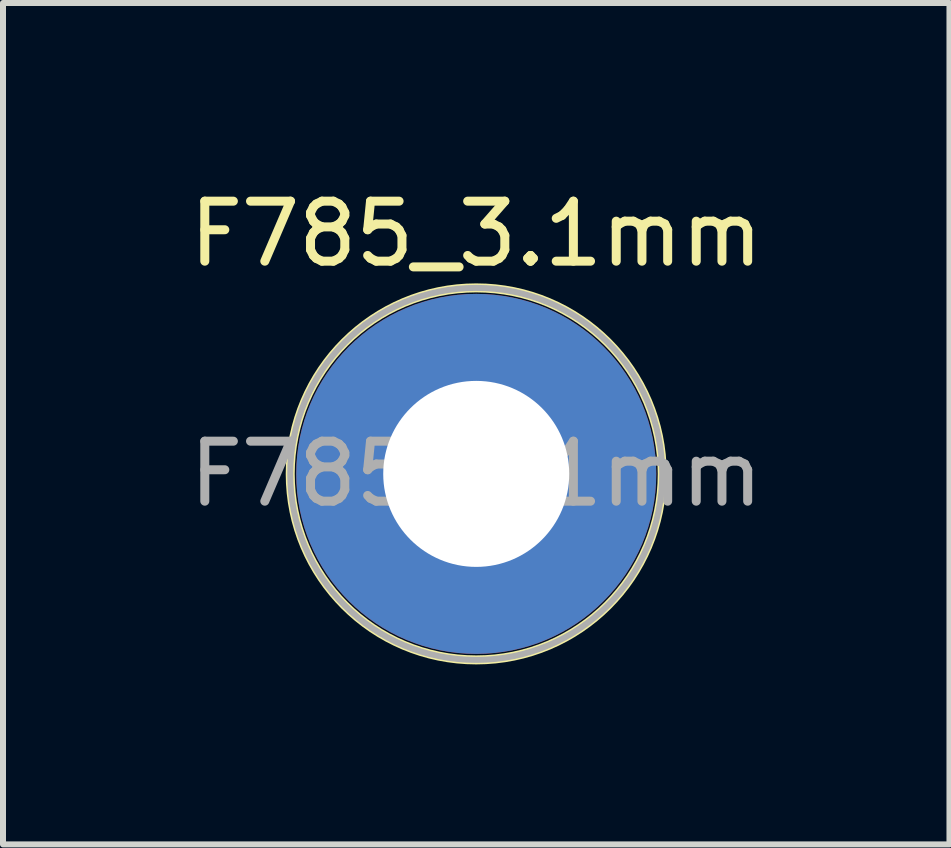
<source format=kicad_pcb>
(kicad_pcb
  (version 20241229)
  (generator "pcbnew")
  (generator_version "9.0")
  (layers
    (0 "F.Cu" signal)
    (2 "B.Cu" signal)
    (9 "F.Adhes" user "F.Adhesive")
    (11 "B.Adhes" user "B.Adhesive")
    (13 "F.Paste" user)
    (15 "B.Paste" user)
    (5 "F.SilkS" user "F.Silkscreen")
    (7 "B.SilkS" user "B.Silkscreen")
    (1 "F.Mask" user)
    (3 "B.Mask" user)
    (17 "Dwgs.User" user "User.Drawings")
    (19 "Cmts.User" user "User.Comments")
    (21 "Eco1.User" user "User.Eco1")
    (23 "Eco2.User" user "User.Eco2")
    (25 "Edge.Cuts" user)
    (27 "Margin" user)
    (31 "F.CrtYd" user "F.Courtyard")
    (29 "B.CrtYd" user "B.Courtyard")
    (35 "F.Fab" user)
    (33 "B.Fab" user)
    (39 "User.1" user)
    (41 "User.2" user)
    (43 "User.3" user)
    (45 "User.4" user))
  (footprint "F785_3.1mm"
    (layer "F.Cu")
    (at 4.887 4.848)
    (property "Reference" "F785_3.1mm" (at 0 -4 0) (layer "F.SilkS") (effects (font (size 1 1) (thickness 0.15))))
    (attr through_hole)
    (fp_circle (center 0 0) (end 3.1 0) (stroke (width 0.15) (type solid)) (fill no) (layer "F.SilkS"))
    (fp_circle (center 0 0) (end 3.1 0) (stroke (width 0.1) (type solid)) (fill no) (layer "F.Fab"))
    (fp_text user "${REFERENCE}" (at 0 0 0) (layer "F.Fab") (effects (font (size 1 1) (thickness 0.15))))
    (pad "1" thru_hole circle (at 0 0) (size 6 6) (drill 3.1) (layers "*.Cu" "*.Mask")))
  (gr_rect
    (start -3 -3)
    (end 12.774 11.023)
    (stroke (width 0.1) (type default))
    (fill no)
    (layer "Edge.Cuts")))
</source>
